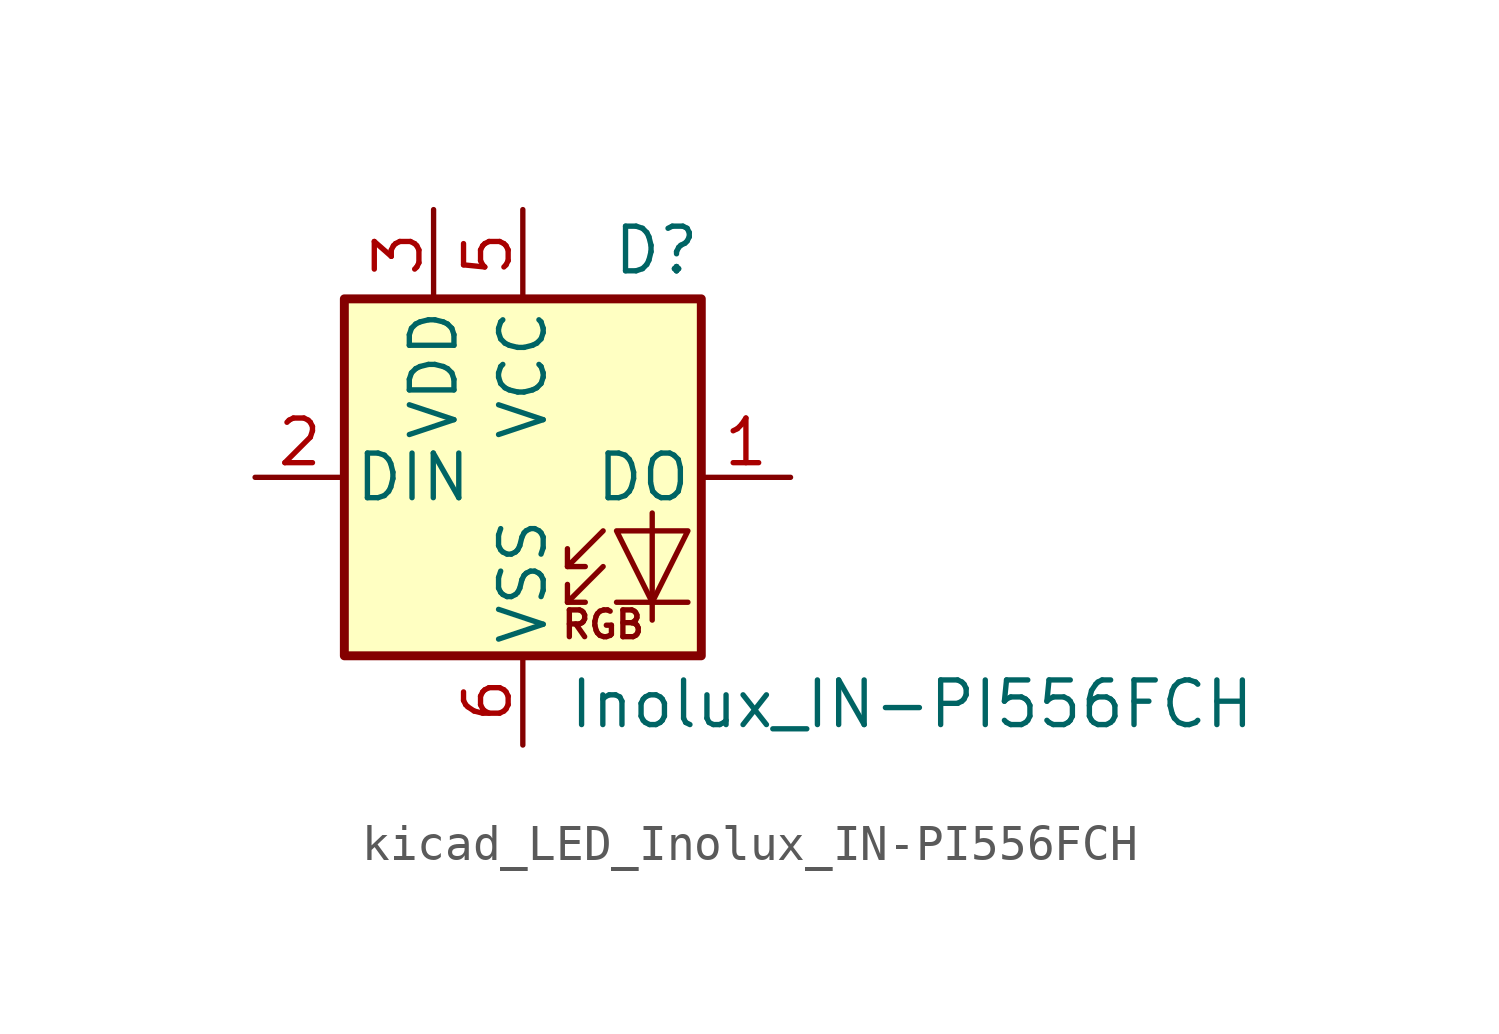
<source format=kicad_sym>
(kicad_symbol_lib
  (version 20220914)
  (generator kicad_symbol_editor)
  (symbol "kicad_LED_Inolux_IN-PI556FCH"
    (pin_names
      (offset 0.254))
    (property "Reference" "D"
      (at 5.08 5.715 0)
      (effects (font (size 1.27 1.27)) (justify right bottom)))
    (property "Value" "Inolux_IN-PI556FCH"
      (at 1.27 -5.715 0)
      (effects (font (size 1.27 1.27)) (justify left top)))
    (symbol "kicad_LED_Inolux_IN-PI556FCH_0_0"
      (text "RGB" (at 2.286 -4.191 0) (effects (font (size 0.762 0.762)))))
    (symbol "kicad_LED_Inolux_IN-PI556FCH_0_1"
      (polyline (pts (xy 1.27 -3.556) (xy 1.778 -3.556)) (stroke (width 0) (type default)) (fill (type none)))
      (polyline (pts (xy 1.27 -2.54) (xy 1.778 -2.54)) (stroke (width 0) (type default)) (fill (type none)))
      (polyline (pts (xy 4.699 -3.556) (xy 2.667 -3.556)) (stroke (width 0) (type default)) (fill (type none)))
      (polyline (pts (xy 2.286 -2.54) (xy 1.27 -3.556) (xy 1.27 -3.048)) (stroke (width 0) (type default)) (fill (type none)))
      (polyline (pts (xy 2.286 -1.524) (xy 1.27 -2.54) (xy 1.27 -2.032)) (stroke (width 0) (type default)) (fill (type none)))
      (polyline (pts (xy 3.683 -1.016) (xy 3.683 -3.556) (xy 3.683 -4.064)) (stroke (width 0) (type default)) (fill (type none)))
      (polyline (pts (xy 4.699 -1.524) (xy 2.667 -1.524) (xy 3.683 -3.556) (xy 4.699 -1.524)) (stroke (width 0) (type default)) (fill (type none)))
      (rectangle (start 5.08 5.08) (end -5.08 -5.08) (stroke (width 0.254) (type default)) (fill (type background))))
    (symbol "kicad_LED_Inolux_IN-PI556FCH_1_1"
      (pin output line (at 7.62 0 180) (length 2.54) (name "DO" (effects (font (size 1.27 1.27)))) (number "1" (effects (font (size 1.27 1.27)))))
      (pin input line (at -7.62 0 0) (length 2.54) (name "DIN" (effects (font (size 1.27 1.27)))) (number "2" (effects (font (size 1.27 1.27)))))
      (pin power_in line (at -2.54 7.62 270) (length 2.54) (name "VDD" (effects (font (size 1.27 1.27)))) (number "3" (effects (font (size 1.27 1.27)))))
      (pin no_connect line (at 5.08 2.54 180) (length 2.54) hide (name "NC" (effects (font (size 1.27 1.27)))) (number "4" (effects (font (size 1.27 1.27)))))
      (pin power_in line (at 0 7.62 270) (length 2.54) (name "VCC" (effects (font (size 1.27 1.27)))) (number "5" (effects (font (size 1.27 1.27)))))
      (pin power_in line (at 0 -7.62 90) (length 2.54) (name "VSS" (effects (font (size 1.27 1.27)))) (number "6" (effects (font (size 1.27 1.27))))))))
</source>
